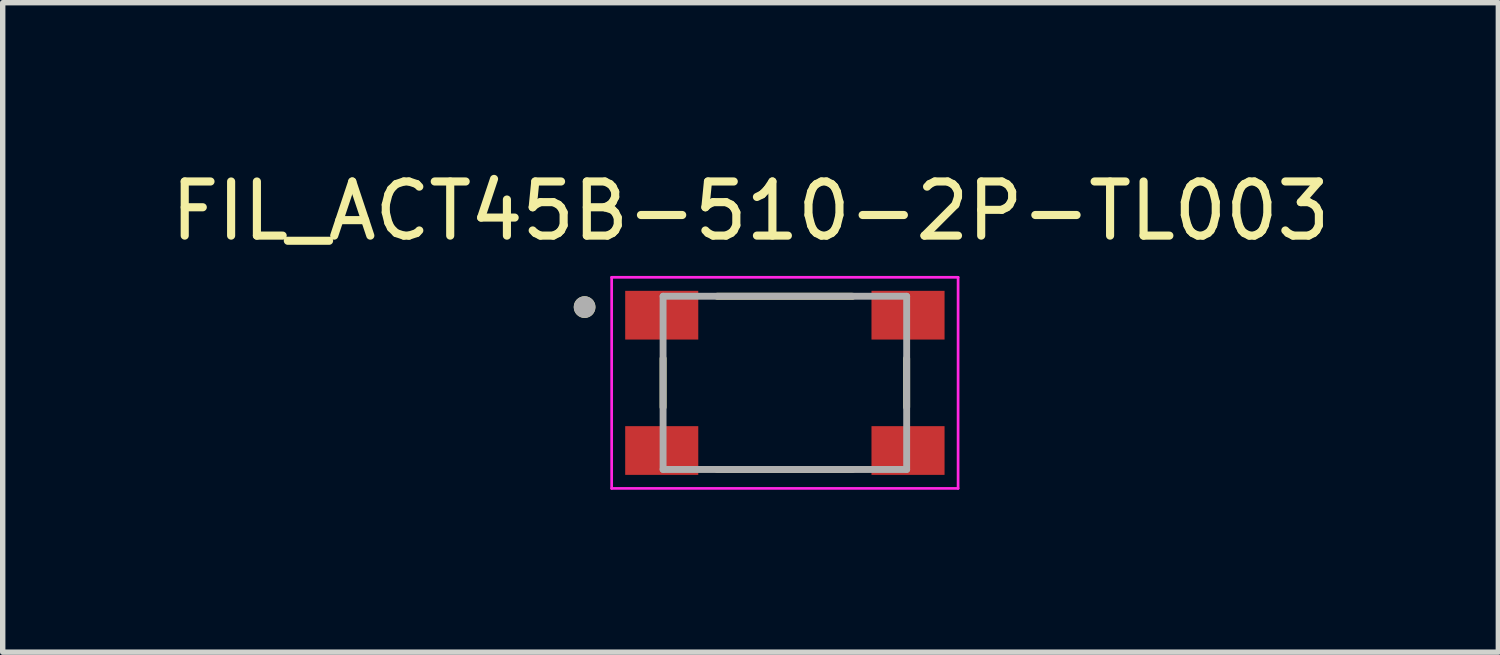
<source format=kicad_pcb>
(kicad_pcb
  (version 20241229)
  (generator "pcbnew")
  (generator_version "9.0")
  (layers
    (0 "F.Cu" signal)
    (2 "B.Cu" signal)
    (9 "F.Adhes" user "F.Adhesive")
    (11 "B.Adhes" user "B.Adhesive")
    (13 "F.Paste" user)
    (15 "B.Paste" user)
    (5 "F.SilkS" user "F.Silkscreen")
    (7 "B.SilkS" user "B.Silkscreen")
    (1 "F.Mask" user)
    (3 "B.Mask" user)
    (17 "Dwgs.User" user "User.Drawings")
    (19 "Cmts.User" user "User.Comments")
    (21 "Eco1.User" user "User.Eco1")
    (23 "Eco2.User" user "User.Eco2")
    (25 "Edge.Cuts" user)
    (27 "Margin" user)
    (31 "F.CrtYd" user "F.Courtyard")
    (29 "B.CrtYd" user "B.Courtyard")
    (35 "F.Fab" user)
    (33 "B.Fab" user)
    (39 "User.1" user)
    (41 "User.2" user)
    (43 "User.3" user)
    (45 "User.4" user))
  (footprint "FIL_ACT45B-510-2P-TL003"
    (layer "F.Cu")
    (at 11.45 4.023)
    (property "Reference" "FIL_ACT45B-510-2P-TL003" (at -0.635 -3.175 0) (layer "F.SilkS") (effects (font (size 1 1) (thickness 0.15))))
    (attr through_hole)
    (fp_line (start -2.25 -0.45) (end -2.25 0.45) (stroke (width 0.127) (type solid)) (layer "F.SilkS"))
    (fp_line (start -1.25 -1.6) (end 1.25 -1.6) (stroke (width 0.127) (type solid)) (layer "F.SilkS"))
    (fp_line (start -1.25 1.6) (end 1.25 1.6) (stroke (width 0.127) (type solid)) (layer "F.SilkS"))
    (fp_line (start 2.25 -0.45) (end 2.25 0.45) (stroke (width 0.127) (type solid)) (layer "F.SilkS"))
    (fp_circle (center -3.7 -1.4) (end -3.6 -1.4) (stroke (width 0.2) (type solid)) (fill no) (layer "F.SilkS"))
    (fp_line (start -3.2 -1.95) (end 3.2 -1.95) (stroke (width 0.05) (type solid)) (layer "F.CrtYd"))
    (fp_line (start -3.2 1.95) (end -3.2 -1.95) (stroke (width 0.05) (type solid)) (layer "F.CrtYd"))
    (fp_line (start 3.2 -1.95) (end 3.2 1.95) (stroke (width 0.05) (type solid)) (layer "F.CrtYd"))
    (fp_line (start 3.2 1.95) (end -3.2 1.95) (stroke (width 0.05) (type solid)) (layer "F.CrtYd"))
    (fp_line (start -2.25 -1.6) (end 2.25 -1.6) (stroke (width 0.127) (type solid)) (layer "F.Fab"))
    (fp_line (start -2.25 1.6) (end -2.25 -1.6) (stroke (width 0.127) (type solid)) (layer "F.Fab"))
    (fp_line (start 2.25 -1.6) (end 2.25 1.6) (stroke (width 0.127) (type solid)) (layer "F.Fab"))
    (fp_line (start 2.25 1.6) (end -2.25 1.6) (stroke (width 0.127) (type solid)) (layer "F.Fab"))
    (fp_circle (center -3.7 -1.4) (end -3.6 -1.4) (stroke (width 0.2) (type solid)) (fill no) (layer "F.Fab"))
    (pad "1" smd rect (at -2.275 -1.25) (size 1.35 0.9) (layers "F.Cu" "F.Mask" "F.Paste"))
    (pad "2" smd rect (at -2.275 1.25) (size 1.35 0.9) (layers "F.Cu" "F.Mask" "F.Paste"))
    (pad "3" smd rect (at 2.275 1.25) (size 1.35 0.9) (layers "F.Cu" "F.Mask" "F.Paste"))
    (pad "4" smd rect (at 2.275 -1.25) (size 1.35 0.9) (layers "F.Cu" "F.Mask" "F.Paste")))
  (gr_rect
    (start -3 -3)
    (end 24.631 8.998)
    (stroke (width 0.1) (type default))
    (fill no)
    (layer "Edge.Cuts")))
</source>
